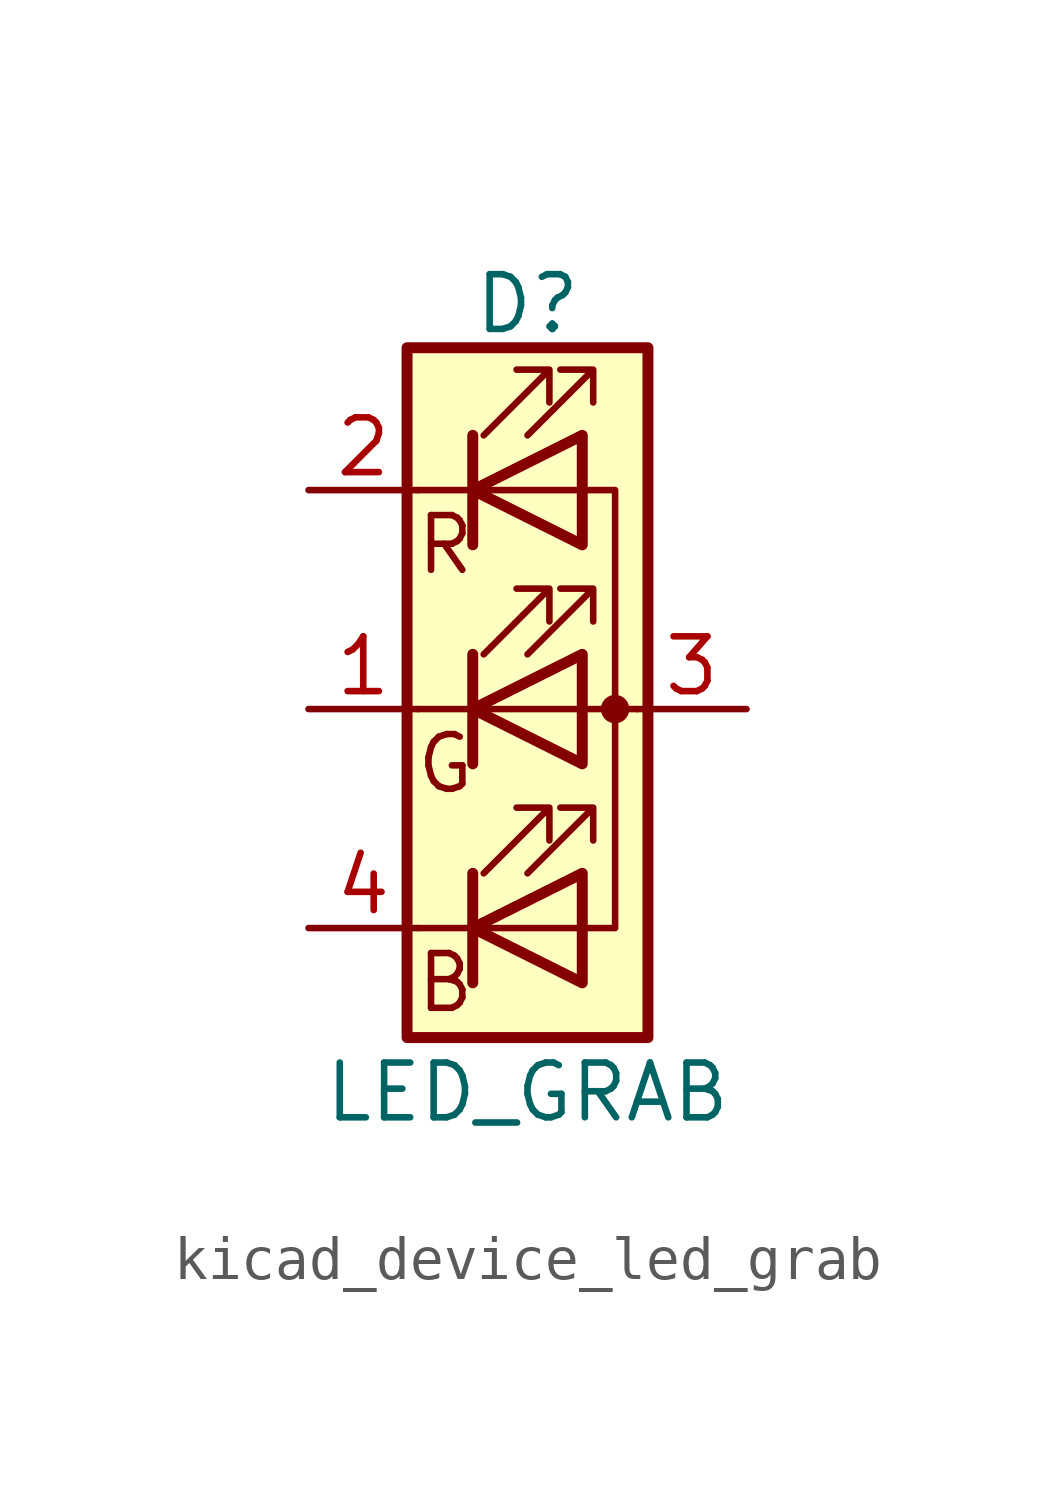
<source format=kicad_sym>
(kicad_symbol_lib
  (version 20220914)
  (generator kicad_symbol_editor)
  (symbol "kicad_device_led_grab"
    (pin_names
      (offset 0) hide)
    (property "Reference" "D"
      (at 0 9.398 0)
      (effects (font (size 1.27 1.27))))
    (property "Value" "LED_GRAB"
      (at 0 -8.89 0)
      (effects (font (size 1.27 1.27))))
    (symbol "kicad_device_led_grab_0_0"
      (text "B" (at -1.905 -6.35 0) (effects (font (size 1.27 1.27))))
      (text "G" (at -1.905 -1.27 0) (effects (font (size 1.27 1.27))))
      (text "R" (at -1.905 3.81 0) (effects (font (size 1.27 1.27)))))
    (symbol "kicad_device_led_grab_0_1"
      (polyline (pts (xy -1.27 -5.08) (xy -2.54 -5.08)) (stroke (width 0) (type default)) (fill (type none)))
      (polyline (pts (xy -1.27 -5.08) (xy 1.27 -5.08)) (stroke (width 0) (type default)) (fill (type none)))
      (polyline (pts (xy -1.27 -3.81) (xy -1.27 -6.35)) (stroke (width 0.254) (type default)) (fill (type none)))
      (polyline (pts (xy -1.27 0) (xy -2.54 0)) (stroke (width 0) (type default)) (fill (type none)))
      (polyline (pts (xy -1.27 1.27) (xy -1.27 -1.27)) (stroke (width 0.254) (type default)) (fill (type none)))
      (polyline (pts (xy -1.27 5.08) (xy -2.54 5.08)) (stroke (width 0) (type default)) (fill (type none)))
      (polyline (pts (xy -1.27 5.08) (xy 1.27 5.08)) (stroke (width 0) (type default)) (fill (type none)))
      (polyline (pts (xy -1.27 6.35) (xy -1.27 3.81)) (stroke (width 0.254) (type default)) (fill (type none)))
      (polyline (pts (xy 1.27 0) (xy -1.27 0)) (stroke (width 0) (type default)) (fill (type none)))
      (polyline (pts (xy 1.27 0) (xy 2.54 0)) (stroke (width 0) (type default)) (fill (type none)))
      (polyline (pts (xy -1.27 1.27) (xy -1.27 -1.27) (xy -1.27 -1.27)) (stroke (width 0) (type default)) (fill (type none)))
      (polyline (pts (xy -1.27 6.35) (xy -1.27 3.81) (xy -1.27 3.81)) (stroke (width 0) (type default)) (fill (type none)))
      (polyline (pts (xy 1.27 -5.08) (xy 2.032 -5.08) (xy 2.032 5.08) (xy 1.27 5.08)) (stroke (width 0) (type default)) (fill (type none)))
      (polyline (pts (xy 1.27 -3.81) (xy 1.27 -6.35) (xy -1.27 -5.08) (xy 1.27 -3.81)) (stroke (width 0.254) (type default)) (fill (type none)))
      (polyline (pts (xy 1.27 1.27) (xy 1.27 -1.27) (xy -1.27 0) (xy 1.27 1.27)) (stroke (width 0.254) (type default)) (fill (type none)))
      (polyline (pts (xy 1.27 6.35) (xy 1.27 3.81) (xy -1.27 5.08) (xy 1.27 6.35)) (stroke (width 0.254) (type default)) (fill (type none)))
      (polyline (pts (xy -1.016 -3.81) (xy 0.508 -2.286) (xy -0.254 -2.286) (xy 0.508 -2.286) (xy 0.508 -3.048)) (stroke (width 0) (type default)) (fill (type none)))
      (polyline (pts (xy -1.016 1.27) (xy 0.508 2.794) (xy -0.254 2.794) (xy 0.508 2.794) (xy 0.508 2.032)) (stroke (width 0) (type default)) (fill (type none)))
      (polyline (pts (xy -1.016 6.35) (xy 0.508 7.874) (xy -0.254 7.874) (xy 0.508 7.874) (xy 0.508 7.112)) (stroke (width 0) (type default)) (fill (type none)))
      (polyline (pts (xy 0 -3.81) (xy 1.524 -2.286) (xy 0.762 -2.286) (xy 1.524 -2.286) (xy 1.524 -3.048)) (stroke (width 0) (type default)) (fill (type none)))
      (polyline (pts (xy 0 1.27) (xy 1.524 2.794) (xy 0.762 2.794) (xy 1.524 2.794) (xy 1.524 2.032)) (stroke (width 0) (type default)) (fill (type none)))
      (polyline (pts (xy 0 6.35) (xy 1.524 7.874) (xy 0.762 7.874) (xy 1.524 7.874) (xy 1.524 7.112)) (stroke (width 0) (type default)) (fill (type none)))
      (rectangle (start 1.27 -1.27) (end 1.27 1.27) (stroke (width 0) (type default)) (fill (type none)))
      (rectangle (start 1.27 1.27) (end 1.27 1.27) (stroke (width 0) (type default)) (fill (type none)))
      (rectangle (start 1.27 3.81) (end 1.27 6.35) (stroke (width 0) (type default)) (fill (type none)))
      (rectangle (start 1.27 6.35) (end 1.27 6.35) (stroke (width 0) (type default)) (fill (type none)))
      (circle (center 2.032 0) (radius 0.254) (stroke (width 0) (type default)) (fill (type outline)))
      (rectangle (start 2.794 8.382) (end -2.794 -7.62) (stroke (width 0.254) (type default)) (fill (type background))))
    (symbol "kicad_device_led_grab_1_1"
      (pin passive line (at -5.08 0 0) (length 2.54) (name "GK" (effects (font (size 1.27 1.27)))) (number "1" (effects (font (size 1.27 1.27)))))
      (pin passive line (at -5.08 5.08 0) (length 2.54) (name "RK" (effects (font (size 1.27 1.27)))) (number "2" (effects (font (size 1.27 1.27)))))
      (pin passive line (at 5.08 0 180) (length 2.54) (name "A" (effects (font (size 1.27 1.27)))) (number "3" (effects (font (size 1.27 1.27)))))
      (pin passive line (at -5.08 -5.08 0) (length 2.54) (name "BK" (effects (font (size 1.27 1.27)))) (number "4" (effects (font (size 1.27 1.27))))))))
</source>
